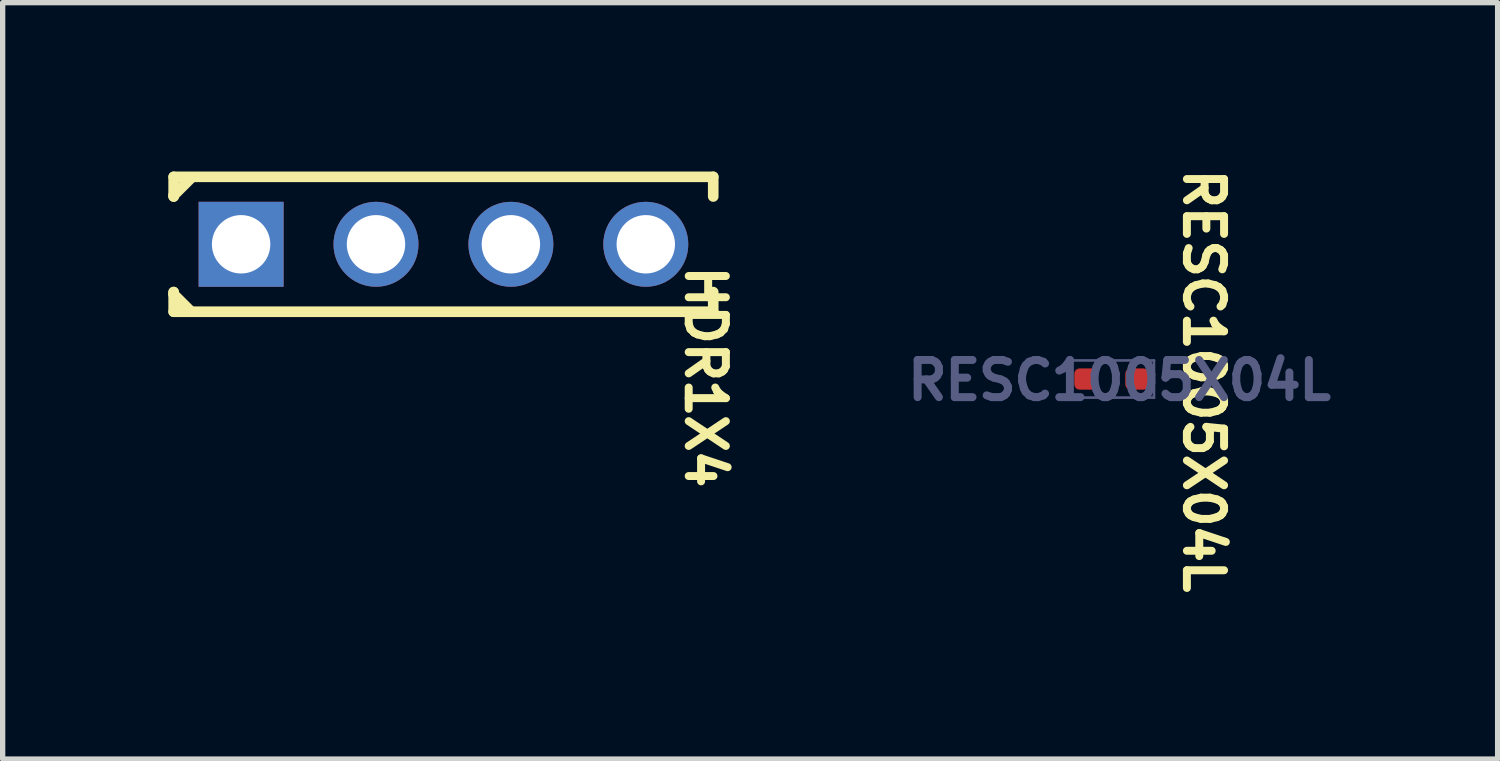
<source format=kicad_pcb>
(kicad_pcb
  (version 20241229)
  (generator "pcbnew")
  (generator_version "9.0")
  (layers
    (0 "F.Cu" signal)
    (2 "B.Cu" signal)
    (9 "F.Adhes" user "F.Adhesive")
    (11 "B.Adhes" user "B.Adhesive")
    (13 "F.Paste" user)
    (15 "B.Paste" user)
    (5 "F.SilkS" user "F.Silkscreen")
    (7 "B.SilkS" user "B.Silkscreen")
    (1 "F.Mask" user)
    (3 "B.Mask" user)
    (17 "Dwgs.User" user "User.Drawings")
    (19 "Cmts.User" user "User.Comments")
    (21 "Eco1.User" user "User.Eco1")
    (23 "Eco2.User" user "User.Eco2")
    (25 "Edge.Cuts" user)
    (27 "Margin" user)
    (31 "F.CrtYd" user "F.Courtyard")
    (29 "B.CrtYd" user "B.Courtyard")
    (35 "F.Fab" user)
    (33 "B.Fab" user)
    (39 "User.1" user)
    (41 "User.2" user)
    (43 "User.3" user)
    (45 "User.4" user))
  (footprint "HDR1X4"
    (layer "F.Cu")
    (at 5.3 1.55)
    (property "Reference" "HDR1X4" (at 4.934 2.497 270) (unlocked yes) (layer "F.SilkS") (effects (font (size 0.7 0.7) (thickness 0.15))))
    (fp_line (start -5.08 -1.27) (end -5.08 -0.9) (stroke (width 0.2) (type solid)) (layer "F.SilkS"))
    (fp_line (start -5.08 -1.27) (end 5.08 -1.27) (stroke (width 0.2) (type solid)) (layer "F.SilkS"))
    (fp_line (start -5.08 -0.92) (end -5.08 -0.9) (stroke (width 0.2) (type solid)) (layer "F.SilkS"))
    (fp_line (start -5.08 0.9) (end -5.08 0.94) (stroke (width 0.2) (type solid)) (layer "F.SilkS"))
    (fp_line (start -5.08 0.9) (end -5.08 1.27) (stroke (width 0.2) (type solid)) (layer "F.SilkS"))
    (fp_line (start -5.08 0.94) (end -4.75 1.27) (stroke (width 0.2) (type solid)) (layer "F.SilkS"))
    (fp_line (start -5.08 1.27) (end 5.08 1.27) (stroke (width 0.2) (type solid)) (layer "F.SilkS"))
    (fp_line (start -4.75 -1.25) (end -5.08 -0.92) (stroke (width 0.2) (type solid)) (layer "F.SilkS"))
    (fp_line (start 5.08 -1.27) (end 5.08 -0.9) (stroke (width 0.2) (type solid)) (layer "F.SilkS"))
    (fp_line (start 5.08 0.9) (end 5.08 1.27) (stroke (width 0.2) (type solid)) (layer "F.SilkS"))
    (fp_line (start -5 -1.25) (end -5 1.25) (stroke (width 0.2) (type solid)) (layer "User.12"))
    (fp_line (start -5 -1.25) (end 5 -1.25) (stroke (width 0.2) (type solid)) (layer "User.12"))
    (fp_line (start -5 1.25) (end 5 1.25) (stroke (width 0.2) (type solid)) (layer "User.12"))
    (fp_line (start 5 -1.25) (end 5 1.25) (stroke (width 0.2) (type solid)) (layer "User.12"))
    (fp_line (start -5.25 -1.5) (end -5.25 1.5) (stroke (width 0.1) (type solid)) (layer "User.13"))
    (fp_line (start -5.25 -1.5) (end 5.25 -1.5) (stroke (width 0.1) (type solid)) (layer "User.13"))
    (fp_line (start -5.25 1.5) (end 5.25 1.5) (stroke (width 0.1) (type solid)) (layer "User.13"))
    (fp_line (start 5.25 -1.5) (end 5.25 1.5) (stroke (width 0.1) (type solid)) (layer "User.13"))
    (pad "1" thru_hole rect (at -3.81 0) (size 1.6 1.6) (drill 1.1) (layers "*.Cu" "*.Mask"))
    (pad "2" thru_hole circle (at -1.27 0) (size 1.6 1.6) (drill 1.1) (layers "*.Cu" "*.Mask"))
    (pad "3" thru_hole circle (at 1.27 0) (size 1.6 1.6) (drill 1.1) (layers "*.Cu" "*.Mask"))
    (pad "4" thru_hole circle (at 3.81 0) (size 1.6 1.6) (drill 1.1) (layers "*.Cu" "*.Mask")))
  (footprint "RESC1005X04L"
    (layer "F.Cu")
    (at 17.879 4.087)
    (property "Reference" "RESC1005X04L" (at 1.736 0.034 270) (unlocked yes) (layer "F.SilkS") (effects (font (size 0.7 0.7) (thickness 0.15))))
    (fp_line (start -0.8 -0.35) (end -0.8 0.35) (stroke (width 0.05) (type solid)) (layer "B.Fab"))
    (fp_line (start -0.8 -0.35) (end 0.8 -0.35) (stroke (width 0.05) (type solid)) (layer "B.Fab"))
    (fp_line (start -0.8 0.35) (end 0.8 0.35) (stroke (width 0.05) (type solid)) (layer "B.Fab"))
    (fp_line (start 0.8 -0.35) (end 0.8 0.35) (stroke (width 0.05) (type solid)) (layer "B.Fab"))
    (fp_line (start -0.5 -0.25) (end -0.5 0.25) (stroke (width 0.05) (type solid)) (layer "User.7"))
    (fp_line (start -0.5 -0.25) (end 0.5 -0.25) (stroke (width 0.05) (type solid)) (layer "User.7"))
    (fp_line (start -0.5 0.25) (end 0.5 0.25) (stroke (width 0.05) (type solid)) (layer "User.7"))
    (fp_line (start 0.5 -0.25) (end 0.5 0.25) (stroke (width 0.05) (type solid)) (layer "User.7"))
    (fp_line (start -0.85 -0.35) (end -0.85 0.35) (stroke (width 0.05) (type solid)) (layer "User.13"))
    (fp_line (start -0.85 -0.35) (end 0.85 -0.35) (stroke (width 0.05) (type solid)) (layer "User.13"))
    (fp_line (start -0.85 0.35) (end 0.85 0.35) (stroke (width 0.05) (type solid)) (layer "User.13"))
    (fp_line (start -0.25 0) (end 0.25 0) (stroke (width 0.1) (type solid)) (layer "User.13"))
    (fp_line (start 0 -0.25) (end 0 0.25) (stroke (width 0.1) (type solid)) (layer "User.13"))
    (fp_line (start 0.85 -0.35) (end 0.85 0.35) (stroke (width 0.05) (type solid)) (layer "User.13"))
    (fp_text user "${REFERENCE}" (at 0.15 0.025 0) (unlocked yes) (layer "B.Fab") (effects (font (size 0.7 0.7) (thickness 0.15))))
    (pad "1" smd roundrect (at -0.48 0 90) (size 0.4 0.44) (layers "F.Cu" "F.Mask" "F.Paste") (roundrect_rratio 0.25))
    (pad "2" smd roundrect (at 0.48 0 90) (size 0.4 0.44) (layers "F.Cu" "F.Mask" "F.Paste") (roundrect_rratio 0.25)))
  (gr_rect
    (start -3 -3)
    (end 25.15 11.243)
    (stroke (width 0.1) (type default))
    (fill no)
    (layer "Edge.Cuts")))
</source>
